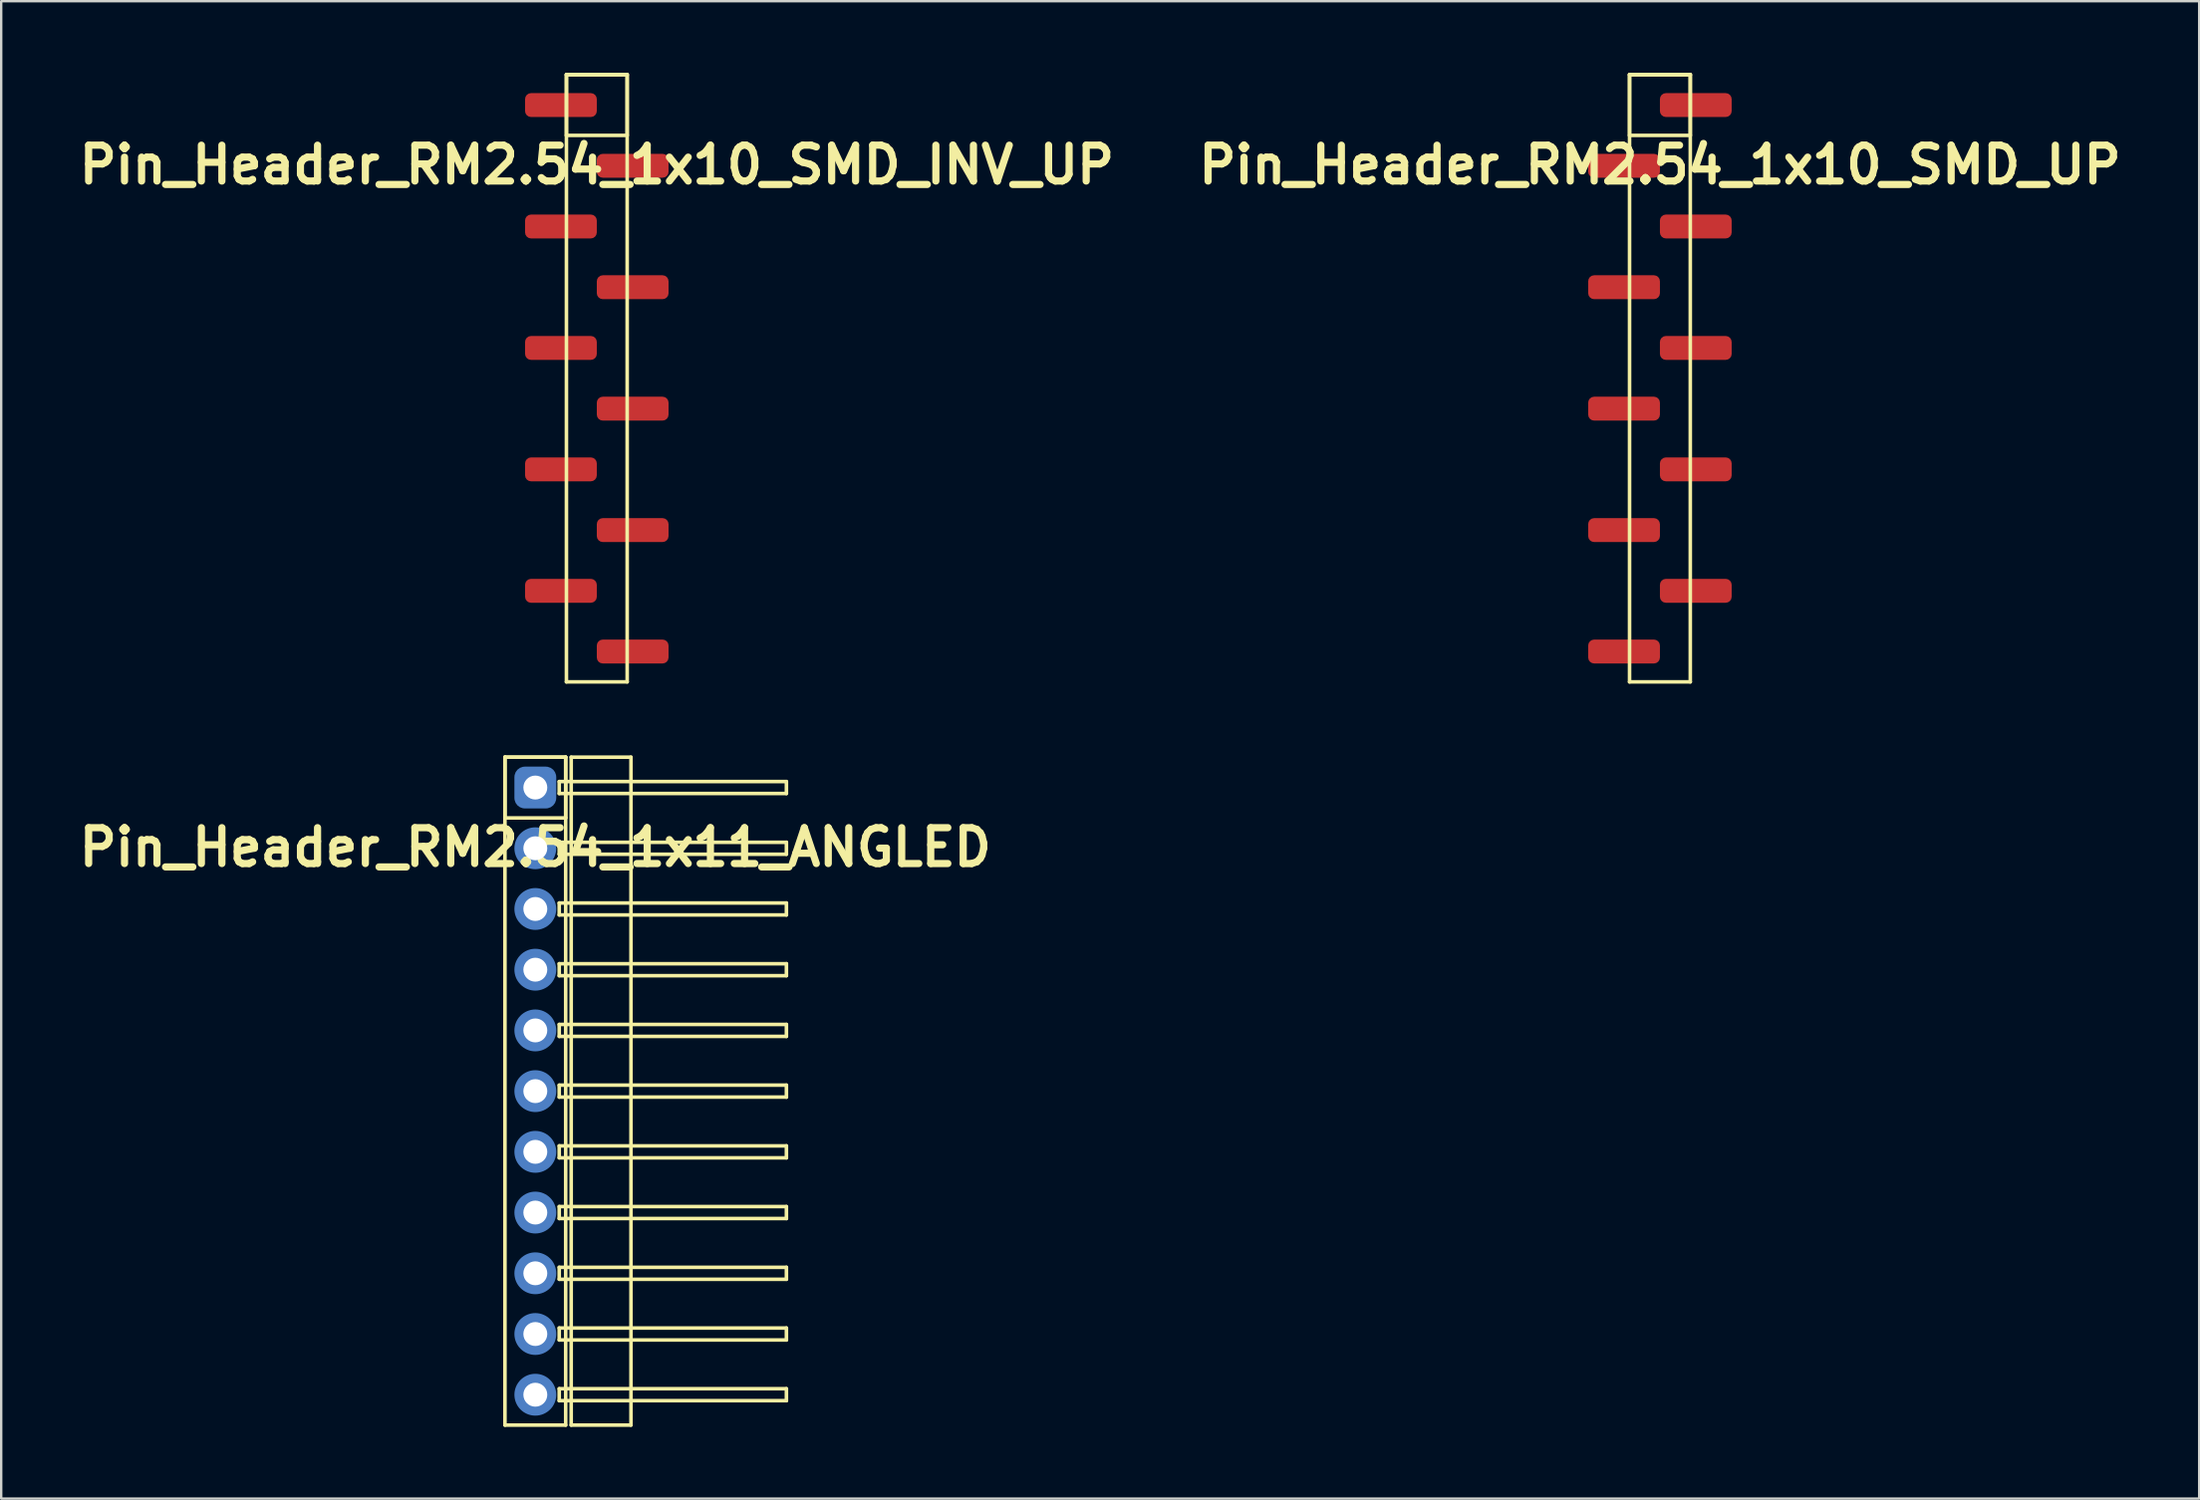
<source format=kicad_pcb>
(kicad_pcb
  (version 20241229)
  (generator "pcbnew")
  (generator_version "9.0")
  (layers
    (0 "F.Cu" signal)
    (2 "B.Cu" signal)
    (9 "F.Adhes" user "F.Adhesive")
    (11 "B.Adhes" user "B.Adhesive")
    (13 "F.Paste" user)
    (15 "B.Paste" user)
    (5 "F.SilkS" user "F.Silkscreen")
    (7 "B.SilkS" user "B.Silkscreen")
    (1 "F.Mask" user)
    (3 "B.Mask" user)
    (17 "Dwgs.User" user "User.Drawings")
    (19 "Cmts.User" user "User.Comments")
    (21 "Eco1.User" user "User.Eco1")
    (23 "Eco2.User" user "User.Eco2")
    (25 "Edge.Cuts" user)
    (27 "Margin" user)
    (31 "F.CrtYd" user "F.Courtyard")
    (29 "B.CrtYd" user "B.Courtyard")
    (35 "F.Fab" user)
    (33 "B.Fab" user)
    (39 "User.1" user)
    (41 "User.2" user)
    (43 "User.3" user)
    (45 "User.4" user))
  (footprint "Pin_Header_RM2.54_1x11_ANGLED"
    (layer "F.Cu")
    (at 19.336 29.895)
    (property "Reference" "Pin_Header_RM2.54_1x11_ANGLED" (at 0 2.5 0) (layer "F.SilkS") (effects (font (size 1.5 1.5) (thickness 0.3))))
    (attr through_hole)
    (fp_line (start -1.27 -1.27) (end 1.27 -1.27) (stroke (width 0.15) (type solid)) (layer "F.SilkS"))
    (fp_line (start -1.27 -1.27) (end 1.27 -1.27) (stroke (width 0.15) (type solid)) (layer "F.SilkS"))
    (fp_line (start -1.27 1.27) (end -1.27 -1.27) (stroke (width 0.15) (type solid)) (layer "F.SilkS"))
    (fp_line (start -1.27 26.67) (end -1.27 -1.27) (stroke (width 0.15) (type solid)) (layer "F.SilkS"))
    (fp_line (start 1 -0.25) (end 10.5 -0.25) (stroke (width 0.15) (type solid)) (layer "F.SilkS"))
    (fp_line (start 1 0.25) (end 1 -0.25) (stroke (width 0.15) (type solid)) (layer "F.SilkS"))
    (fp_line (start 1 2.29) (end 10.5 2.29) (stroke (width 0.15) (type solid)) (layer "F.SilkS"))
    (fp_line (start 1 2.79) (end 1 2.29) (stroke (width 0.15) (type solid)) (layer "F.SilkS"))
    (fp_line (start 1 4.83) (end 10.5 4.83) (stroke (width 0.15) (type solid)) (layer "F.SilkS"))
    (fp_line (start 1 5.33) (end 1 4.83) (stroke (width 0.15) (type solid)) (layer "F.SilkS"))
    (fp_line (start 1 7.37) (end 10.5 7.37) (stroke (width 0.15) (type solid)) (layer "F.SilkS"))
    (fp_line (start 1 7.87) (end 1 7.37) (stroke (width 0.15) (type solid)) (layer "F.SilkS"))
    (fp_line (start 1 9.91) (end 10.5 9.91) (stroke (width 0.15) (type solid)) (layer "F.SilkS"))
    (fp_line (start 1 10.41) (end 1 9.91) (stroke (width 0.15) (type solid)) (layer "F.SilkS"))
    (fp_line (start 1 12.45) (end 10.5 12.45) (stroke (width 0.15) (type solid)) (layer "F.SilkS"))
    (fp_line (start 1 12.95) (end 1 12.45) (stroke (width 0.15) (type solid)) (layer "F.SilkS"))
    (fp_line (start 1 14.99) (end 10.5 14.99) (stroke (width 0.15) (type solid)) (layer "F.SilkS"))
    (fp_line (start 1 15.49) (end 1 14.99) (stroke (width 0.15) (type solid)) (layer "F.SilkS"))
    (fp_line (start 1 17.53) (end 10.5 17.53) (stroke (width 0.15) (type solid)) (layer "F.SilkS"))
    (fp_line (start 1 18.03) (end 1 17.53) (stroke (width 0.15) (type solid)) (layer "F.SilkS"))
    (fp_line (start 1 20.07) (end 10.5 20.07) (stroke (width 0.15) (type solid)) (layer "F.SilkS"))
    (fp_line (start 1 20.57) (end 1 20.07) (stroke (width 0.15) (type solid)) (layer "F.SilkS"))
    (fp_line (start 1 22.61) (end 10.5 22.61) (stroke (width 0.15) (type solid)) (layer "F.SilkS"))
    (fp_line (start 1 23.11) (end 1 22.61) (stroke (width 0.15) (type solid)) (layer "F.SilkS"))
    (fp_line (start 1 25.15) (end 10.5 25.15) (stroke (width 0.15) (type solid)) (layer "F.SilkS"))
    (fp_line (start 1 25.65) (end 1 25.15) (stroke (width 0.15) (type solid)) (layer "F.SilkS"))
    (fp_line (start 1.27 -1.27) (end 1.27 1.27) (stroke (width 0.15) (type solid)) (layer "F.SilkS"))
    (fp_line (start 1.27 -1.27) (end 1.27 26.67) (stroke (width 0.15) (type solid)) (layer "F.SilkS"))
    (fp_line (start 1.27 1.27) (end -1.27 1.27) (stroke (width 0.15) (type solid)) (layer "F.SilkS"))
    (fp_line (start 1.27 26.67) (end -1.27 26.67) (stroke (width 0.15) (type solid)) (layer "F.SilkS"))
    (fp_line (start 1.5 -1.27) (end 4 -1.27) (stroke (width 0.15) (type solid)) (layer "F.SilkS"))
    (fp_line (start 1.5 26.67) (end 1.5 -1.27) (stroke (width 0.15) (type solid)) (layer "F.SilkS"))
    (fp_line (start 4 -1.27) (end 4 26.67) (stroke (width 0.15) (type solid)) (layer "F.SilkS"))
    (fp_line (start 4 26.67) (end 1.5 26.67) (stroke (width 0.15) (type solid)) (layer "F.SilkS"))
    (fp_line (start 10.5 -0.25) (end 10.5 0.25) (stroke (width 0.15) (type solid)) (layer "F.SilkS"))
    (fp_line (start 10.5 0.25) (end 1 0.25) (stroke (width 0.15) (type solid)) (layer "F.SilkS"))
    (fp_line (start 10.5 2.29) (end 10.5 2.79) (stroke (width 0.15) (type solid)) (layer "F.SilkS"))
    (fp_line (start 10.5 2.79) (end 1 2.79) (stroke (width 0.15) (type solid)) (layer "F.SilkS"))
    (fp_line (start 10.5 4.83) (end 10.5 5.33) (stroke (width 0.15) (type solid)) (layer "F.SilkS"))
    (fp_line (start 10.5 5.33) (end 1 5.33) (stroke (width 0.15) (type solid)) (layer "F.SilkS"))
    (fp_line (start 10.5 7.37) (end 10.5 7.87) (stroke (width 0.15) (type solid)) (layer "F.SilkS"))
    (fp_line (start 10.5 7.87) (end 1 7.87) (stroke (width 0.15) (type solid)) (layer "F.SilkS"))
    (fp_line (start 10.5 9.91) (end 10.5 10.41) (stroke (width 0.15) (type solid)) (layer "F.SilkS"))
    (fp_line (start 10.5 10.41) (end 1 10.41) (stroke (width 0.15) (type solid)) (layer "F.SilkS"))
    (fp_line (start 10.5 12.45) (end 10.5 12.95) (stroke (width 0.15) (type solid)) (layer "F.SilkS"))
    (fp_line (start 10.5 12.95) (end 1 12.95) (stroke (width 0.15) (type solid)) (layer "F.SilkS"))
    (fp_line (start 10.5 14.99) (end 10.5 15.49) (stroke (width 0.15) (type solid)) (layer "F.SilkS"))
    (fp_line (start 10.5 15.49) (end 1 15.49) (stroke (width 0.15) (type solid)) (layer "F.SilkS"))
    (fp_line (start 10.5 17.53) (end 10.5 18.03) (stroke (width 0.15) (type solid)) (layer "F.SilkS"))
    (fp_line (start 10.5 18.03) (end 1 18.03) (stroke (width 0.15) (type solid)) (layer "F.SilkS"))
    (fp_line (start 10.5 20.07) (end 10.5 20.57) (stroke (width 0.15) (type solid)) (layer "F.SilkS"))
    (fp_line (start 10.5 20.57) (end 1 20.57) (stroke (width 0.15) (type solid)) (layer "F.SilkS"))
    (fp_line (start 10.5 22.61) (end 10.5 23.11) (stroke (width 0.15) (type solid)) (layer "F.SilkS"))
    (fp_line (start 10.5 23.11) (end 1 23.11) (stroke (width 0.15) (type solid)) (layer "F.SilkS"))
    (fp_line (start 10.5 25.15) (end 10.5 25.65) (stroke (width 0.15) (type solid)) (layer "F.SilkS"))
    (fp_line (start 10.5 25.65) (end 1 25.65) (stroke (width 0.15) (type solid)) (layer "F.SilkS"))
    (pad "1" thru_hole circle (at 0 0) (size 1.3 1.3) (drill 1) (layers "*.Cu" "*.Mask"))
    (pad "1" smd roundrect (at 0 0) (size 1.5 1.5) (layers "F.Cu" "F.Mask") (roundrect_rratio 0.25))
    (pad "1" smd roundrect (at 0 0) (size 1.75 1.75) (layers "B.Cu" "B.Mask") (roundrect_rratio 0.25))
    (pad "2" thru_hole circle (at 0 2.54) (size 1.3 1.3) (drill 1) (layers "*.Cu" "*.Mask"))
    (pad "2" smd circle (at 0 2.54) (size 1.5 1.5) (layers "F.Cu" "F.Mask"))
    (pad "2" smd circle (at 0 2.54) (size 1.75 1.75) (layers "B.Cu" "B.Mask"))
    (pad "3" thru_hole circle (at 0 5.08) (size 1.3 1.3) (drill 1) (layers "*.Cu" "*.Mask"))
    (pad "3" smd circle (at 0 5.08) (size 1.5 1.5) (layers "F.Cu" "F.Mask"))
    (pad "3" smd circle (at 0 5.08) (size 1.75 1.75) (layers "B.Cu" "B.Mask"))
    (pad "4" thru_hole circle (at 0 7.62) (size 1.3 1.3) (drill 1) (layers "*.Cu" "*.Mask"))
    (pad "4" smd circle (at 0 7.62) (size 1.5 1.5) (layers "F.Cu" "F.Mask"))
    (pad "4" smd circle (at 0 7.62) (size 1.75 1.75) (layers "B.Cu" "B.Mask"))
    (pad "5" thru_hole circle (at 0 10.16) (size 1.3 1.3) (drill 1) (layers "*.Cu" "*.Mask"))
    (pad "5" smd circle (at 0 10.16) (size 1.5 1.5) (layers "F.Cu" "F.Mask"))
    (pad "5" smd circle (at 0 10.16) (size 1.75 1.75) (layers "B.Cu" "B.Mask"))
    (pad "6" thru_hole circle (at 0 12.7) (size 1.3 1.3) (drill 1) (layers "*.Cu" "*.Mask"))
    (pad "6" smd circle (at 0 12.7) (size 1.5 1.5) (layers "F.Cu" "F.Mask"))
    (pad "6" smd circle (at 0 12.7) (size 1.75 1.75) (layers "B.Cu" "B.Mask"))
    (pad "7" thru_hole circle (at 0 15.24) (size 1.3 1.3) (drill 1) (layers "*.Cu" "*.Mask"))
    (pad "7" smd circle (at 0 15.24) (size 1.5 1.5) (layers "F.Cu" "F.Mask"))
    (pad "7" smd circle (at 0 15.24) (size 1.75 1.75) (layers "B.Cu" "B.Mask"))
    (pad "8" thru_hole circle (at 0 17.78) (size 1.3 1.3) (drill 1) (layers "*.Cu" "*.Mask"))
    (pad "8" smd circle (at 0 17.78) (size 1.5 1.5) (layers "F.Cu" "F.Mask"))
    (pad "8" smd circle (at 0 17.78) (size 1.75 1.75) (layers "B.Cu" "B.Mask"))
    (pad "9" thru_hole circle (at 0 20.32) (size 1.3 1.3) (drill 1) (layers "*.Cu" "*.Mask"))
    (pad "9" smd circle (at 0 20.32) (size 1.5 1.5) (layers "F.Cu" "F.Mask"))
    (pad "9" smd circle (at 0 20.32) (size 1.75 1.75) (layers "B.Cu" "B.Mask"))
    (pad "10" thru_hole circle (at 0 22.86) (size 1.3 1.3) (drill 1) (layers "*.Cu" "*.Mask"))
    (pad "10" smd circle (at 0 22.86) (size 1.5 1.5) (layers "F.Cu" "F.Mask"))
    (pad "10" smd circle (at 0 22.86) (size 1.75 1.75) (layers "B.Cu" "B.Mask"))
    (pad "11" thru_hole circle (at 0 25.4) (size 1.3 1.3) (drill 1) (layers "*.Cu" "*.Mask"))
    (pad "11" smd circle (at 0 25.4) (size 1.5 1.5) (layers "F.Cu" "F.Mask"))
    (pad "11" smd circle (at 0 25.4) (size 1.75 1.75) (layers "B.Cu" "B.Mask")))
  (footprint "Pin_Header_RM2.54_1x10_SMD_UP"
    (layer "F.Cu")
    (at 66.364 1.345)
    (property "Reference" "Pin_Header_RM2.54_1x10_SMD_UP" (at 0 2.5 0) (layer "F.SilkS") (effects (font (size 1.5 1.5) (thickness 0.3))))
    (attr through_hole)
    (fp_line (start -1.27 -1.27) (end 1.27 -1.27) (stroke (width 0.15) (type solid)) (layer "F.SilkS"))
    (fp_line (start -1.27 -1.27) (end 1.27 -1.27) (stroke (width 0.15) (type solid)) (layer "F.SilkS"))
    (fp_line (start -1.27 1.27) (end -1.27 -1.27) (stroke (width 0.15) (type solid)) (layer "F.SilkS"))
    (fp_line (start -1.27 24.13) (end -1.27 -1.27) (stroke (width 0.15) (type solid)) (layer "F.SilkS"))
    (fp_line (start 1.27 -1.27) (end 1.27 1.27) (stroke (width 0.15) (type solid)) (layer "F.SilkS"))
    (fp_line (start 1.27 -1.27) (end 1.27 24.13) (stroke (width 0.15) (type solid)) (layer "F.SilkS"))
    (fp_line (start 1.27 1.27) (end -1.27 1.27) (stroke (width 0.15) (type solid)) (layer "F.SilkS"))
    (fp_line (start 1.27 24.13) (end -1.27 24.13) (stroke (width 0.15) (type solid)) (layer "F.SilkS"))
    (pad "1" smd roundrect (at 1.5 0) (size 3 1) (layers "F.Cu" "F.Mask") (roundrect_rratio 0.25))
    (pad "2" smd roundrect (at -1.5 2.54) (size 3 1) (layers "F.Cu" "F.Mask") (roundrect_rratio 0.25))
    (pad "3" smd roundrect (at 1.5 5.08) (size 3 1) (layers "F.Cu" "F.Mask") (roundrect_rratio 0.25))
    (pad "4" smd roundrect (at -1.5 7.62) (size 3 1) (layers "F.Cu" "F.Mask") (roundrect_rratio 0.25))
    (pad "5" smd roundrect (at 1.5 10.16) (size 3 1) (layers "F.Cu" "F.Mask") (roundrect_rratio 0.25))
    (pad "6" smd roundrect (at -1.5 12.7) (size 3 1) (layers "F.Cu" "F.Mask") (roundrect_rratio 0.25))
    (pad "7" smd roundrect (at 1.5 15.24) (size 3 1) (layers "F.Cu" "F.Mask") (roundrect_rratio 0.25))
    (pad "8" smd roundrect (at -1.5 17.78) (size 3 1) (layers "F.Cu" "F.Mask") (roundrect_rratio 0.25))
    (pad "9" smd roundrect (at 1.5 20.32) (size 3 1) (layers "F.Cu" "F.Mask") (roundrect_rratio 0.25))
    (pad "10" smd roundrect (at -1.5 22.86) (size 3 1) (layers "F.Cu" "F.Mask") (roundrect_rratio 0.25)))
  (footprint "Pin_Header_RM2.54_1x10_SMD_INV_UP"
    (layer "F.Cu")
    (at 21.907 1.345)
    (property "Reference" "Pin_Header_RM2.54_1x10_SMD_INV_UP" (at 0 2.5 0) (layer "F.SilkS") (effects (font (size 1.5 1.5) (thickness 0.3))))
    (attr through_hole)
    (fp_line (start -1.27 -1.27) (end 1.27 -1.27) (stroke (width 0.15) (type solid)) (layer "F.SilkS"))
    (fp_line (start -1.27 -1.27) (end 1.27 -1.27) (stroke (width 0.15) (type solid)) (layer "F.SilkS"))
    (fp_line (start -1.27 1.27) (end -1.27 -1.27) (stroke (width 0.15) (type solid)) (layer "F.SilkS"))
    (fp_line (start -1.27 24.13) (end -1.27 -1.27) (stroke (width 0.15) (type solid)) (layer "F.SilkS"))
    (fp_line (start 1.27 -1.27) (end 1.27 1.27) (stroke (width 0.15) (type solid)) (layer "F.SilkS"))
    (fp_line (start 1.27 -1.27) (end 1.27 24.13) (stroke (width 0.15) (type solid)) (layer "F.SilkS"))
    (fp_line (start 1.27 1.27) (end -1.27 1.27) (stroke (width 0.15) (type solid)) (layer "F.SilkS"))
    (fp_line (start 1.27 24.13) (end -1.27 24.13) (stroke (width 0.15) (type solid)) (layer "F.SilkS"))
    (pad "1" smd roundrect (at -1.5 0) (size 3 1) (layers "F.Cu" "F.Mask" "F.Paste") (roundrect_rratio 0.25))
    (pad "2" smd roundrect (at 1.5 2.54) (size 3 1) (layers "F.Cu" "F.Mask" "F.Paste") (roundrect_rratio 0.25))
    (pad "3" smd roundrect (at -1.5 5.08) (size 3 1) (layers "F.Cu" "F.Mask" "F.Paste") (roundrect_rratio 0.25))
    (pad "4" smd roundrect (at 1.5 7.62) (size 3 1) (layers "F.Cu" "F.Mask" "F.Paste") (roundrect_rratio 0.25))
    (pad "5" smd roundrect (at -1.5 10.16) (size 3 1) (layers "F.Cu" "F.Mask" "F.Paste") (roundrect_rratio 0.25))
    (pad "6" smd roundrect (at 1.5 12.7) (size 3 1) (layers "F.Cu" "F.Mask" "F.Paste") (roundrect_rratio 0.25))
    (pad "7" smd roundrect (at -1.5 15.24) (size 3 1) (layers "F.Cu" "F.Mask" "F.Paste") (roundrect_rratio 0.25))
    (pad "8" smd roundrect (at 1.5 17.78) (size 3 1) (layers "F.Cu" "F.Mask" "F.Paste") (roundrect_rratio 0.25))
    (pad "9" smd roundrect (at -1.5 20.32) (size 3 1) (layers "F.Cu" "F.Mask" "F.Paste") (roundrect_rratio 0.25))
    (pad "10" smd roundrect (at 1.5 22.86) (size 3 1) (layers "F.Cu" "F.Mask" "F.Paste") (roundrect_rratio 0.25)))
  (gr_rect
    (start -3 -3)
    (end 88.914 59.64)
    (stroke (width 0.1) (type default))
    (fill no)
    (layer "Edge.Cuts")))
</source>
